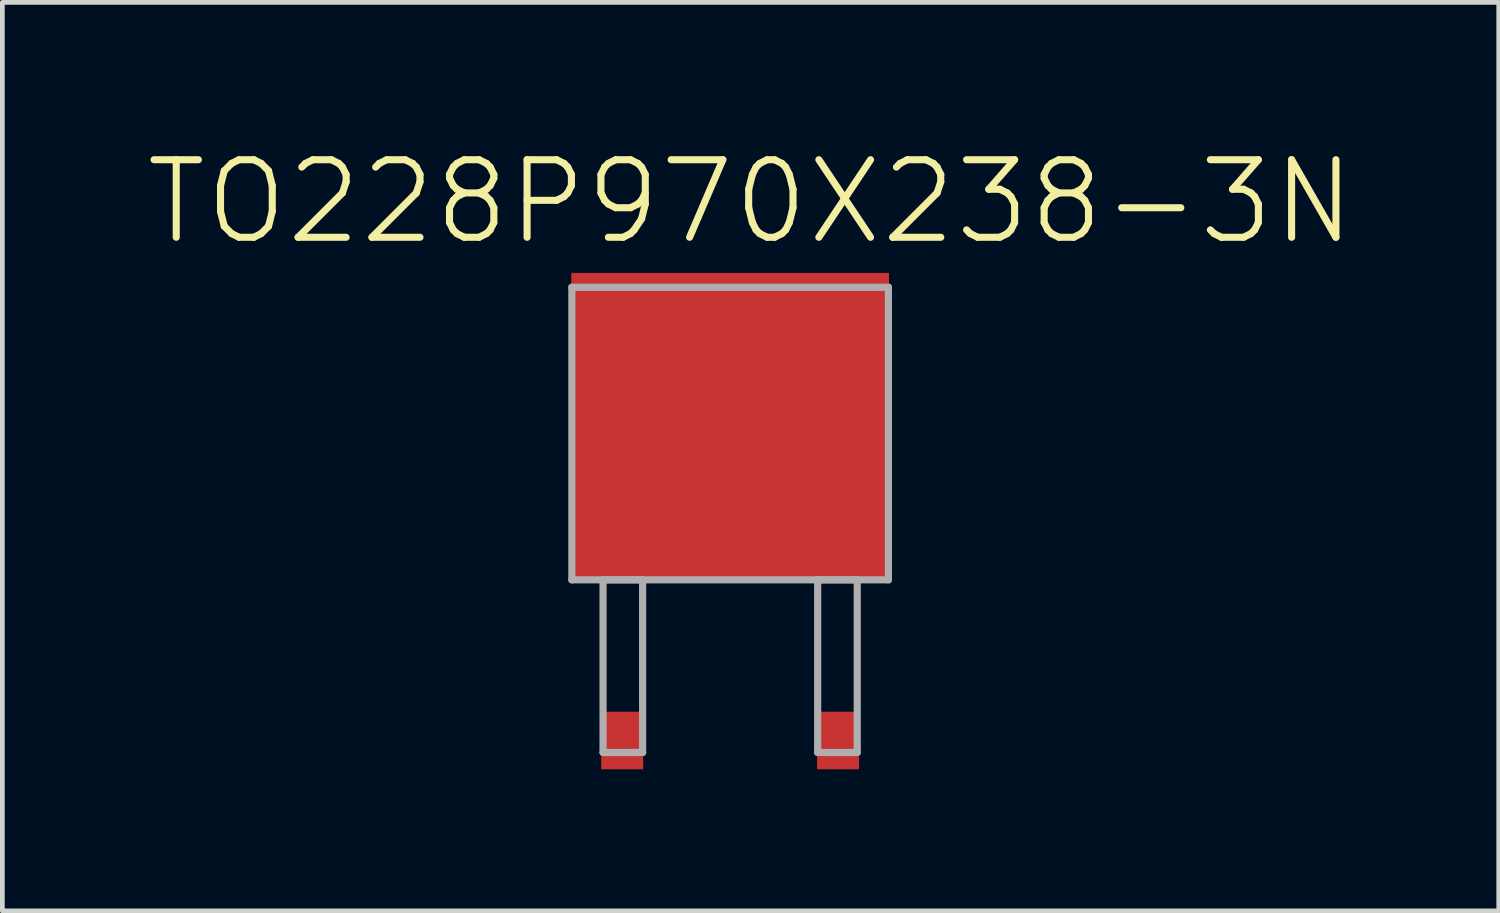
<source format=kicad_pcb>
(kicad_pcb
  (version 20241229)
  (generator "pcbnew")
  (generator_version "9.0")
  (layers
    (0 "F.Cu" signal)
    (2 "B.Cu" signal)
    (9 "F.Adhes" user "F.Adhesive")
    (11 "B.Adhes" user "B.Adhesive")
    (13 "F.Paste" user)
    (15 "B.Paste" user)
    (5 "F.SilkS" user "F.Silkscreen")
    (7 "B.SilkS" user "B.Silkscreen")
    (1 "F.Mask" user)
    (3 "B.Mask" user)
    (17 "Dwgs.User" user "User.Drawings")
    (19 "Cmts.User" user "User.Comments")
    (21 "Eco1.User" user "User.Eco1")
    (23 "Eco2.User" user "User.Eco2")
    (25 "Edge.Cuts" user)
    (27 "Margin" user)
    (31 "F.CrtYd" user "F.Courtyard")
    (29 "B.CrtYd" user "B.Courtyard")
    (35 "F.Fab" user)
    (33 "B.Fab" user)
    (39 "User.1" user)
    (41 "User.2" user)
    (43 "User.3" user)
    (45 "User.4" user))
  (footprint "TO228P970X238-3N"
    (layer "F.Cu")
    (at 12.417 6.134)
    (property "Reference" "TO228P970X238-3N" (at 0.432 -4.91 0) (layer "F.SilkS") (effects (font (size 1.643 1.643) (thickness 0.15))))
    (attr through_hole)
    (fp_line (start -3.353 -3.099) (end -3.353 3.099) (stroke (width 0.152) (type solid)) (layer "F.Fab"))
    (fp_line (start -3.353 3.099) (end 3.353 3.099) (stroke (width 0.152) (type solid)) (layer "F.Fab"))
    (fp_line (start -2.692 3.099) (end -2.692 6.756) (stroke (width 0.152) (type solid)) (layer "F.Fab"))
    (fp_line (start -2.692 6.756) (end -1.854 6.756) (stroke (width 0.152) (type solid)) (layer "F.Fab"))
    (fp_line (start -1.854 3.099) (end -2.692 3.099) (stroke (width 0.152) (type solid)) (layer "F.Fab"))
    (fp_line (start -1.854 6.756) (end -1.854 3.099) (stroke (width 0.152) (type solid)) (layer "F.Fab"))
    (fp_line (start 1.854 3.099) (end 1.854 6.756) (stroke (width 0.152) (type solid)) (layer "F.Fab"))
    (fp_line (start 1.854 6.756) (end 2.692 6.756) (stroke (width 0.152) (type solid)) (layer "F.Fab"))
    (fp_line (start 2.692 3.099) (end 1.854 3.099) (stroke (width 0.152) (type solid)) (layer "F.Fab"))
    (fp_line (start 2.692 6.756) (end 2.692 3.099) (stroke (width 0.152) (type solid)) (layer "F.Fab"))
    (fp_line (start 3.353 -3.099) (end -3.353 -3.099) (stroke (width 0.152) (type solid)) (layer "F.Fab"))
    (fp_line (start 3.353 3.099) (end 3.353 -3.099) (stroke (width 0.152) (type solid)) (layer "F.Fab"))
    (pad "1" smd rect (at -2.286 6.502) (size 0.889 1.219) (layers "F.Cu" "F.Mask" "F.Paste"))
    (pad "2" smd rect (at 0 -0.152) (size 6.731 6.502) (layers "F.Cu" "F.Mask" "F.Paste"))
    (pad "3" smd rect (at 2.286 6.502) (size 0.889 1.219) (layers "F.Cu" "F.Mask" "F.Paste")))
  (gr_rect
    (start -3 -3)
    (end 28.699 16.246)
    (stroke (width 0.1) (type default))
    (fill no)
    (layer "Edge.Cuts")))
</source>
